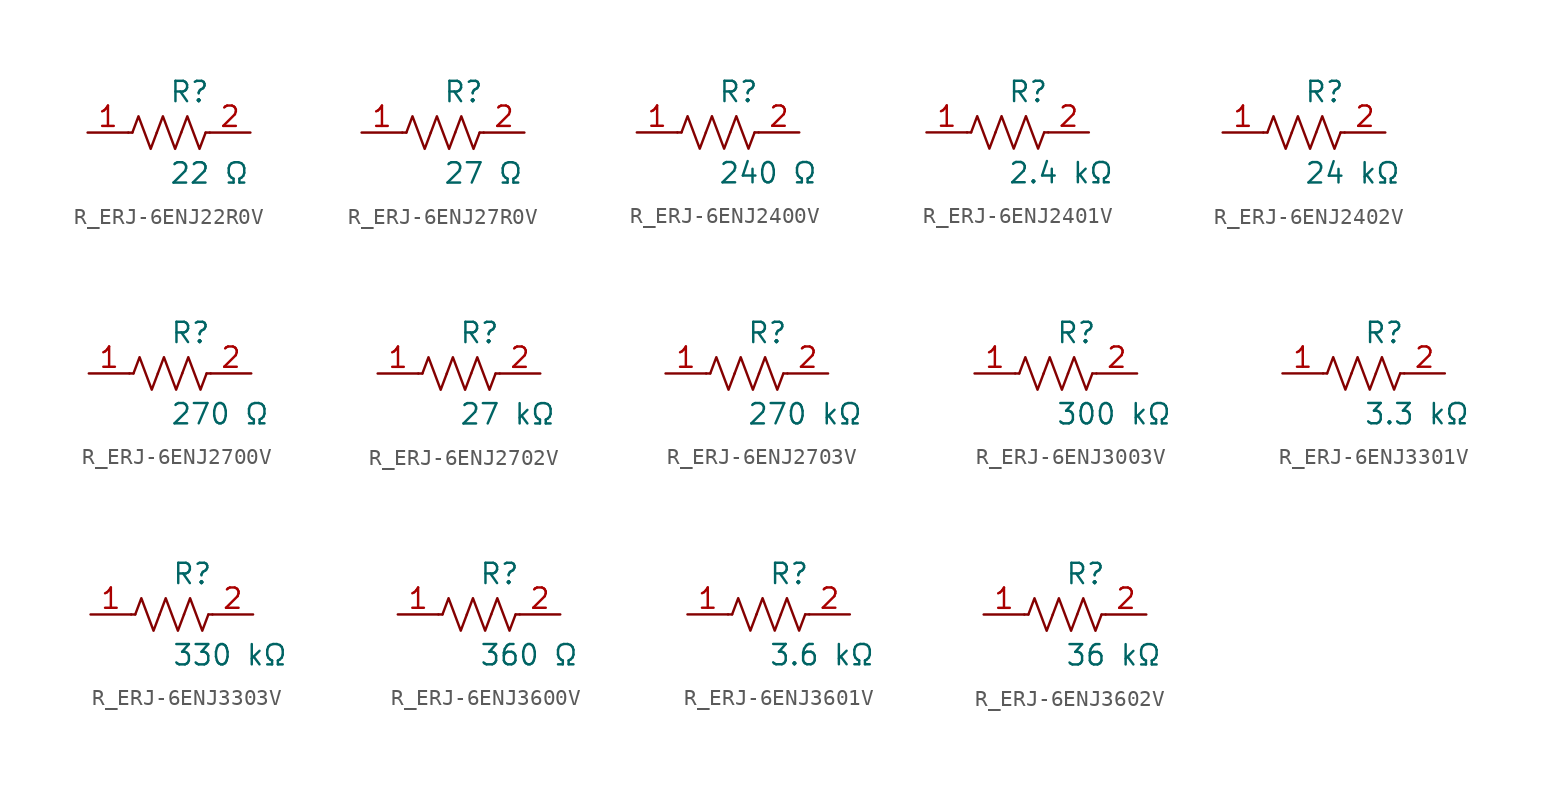
<source format=kicad_sym>
(kicad_symbol_lib
  (version 20231120)
  (generator kicad_symbol_editor)
  (generator_version 8.0)
  (symbol "R_ERJ-6ENJ22R0V"
    (pin_names
      (offset 0.254))
    (property "Reference" "R"
      (at 0.0 2.54 0)
      (effects (font (size 1.27 1.27)) (justify left)))
    (property "Value" "22 Ω"
      (at 0.0 -2.54 0)
      (effects (font (size 1.27 1.27)) (justify left)))
    (symbol "R_ERJ-6ENJ22R0V_0_1"
      (polyline (pts (xy 2.286 0) (xy 2.54 0)) (stroke (width 0) (type default)) (fill (type none)))
      (polyline (pts (xy -2.286 0) (xy -2.54 0)) (stroke (width 0) (type default)) (fill (type none)))
      (polyline (pts (xy 0.762 0) (xy 1.143 1.016) (xy 1.524 0) (xy 1.905 -1.016) (xy 2.286 0)) (stroke (width 0) (type default)) (fill (type none)))
      (polyline (pts (xy -0.762 0) (xy -0.381 1.016) (xy 0 0) (xy 0.381 -1.016) (xy 0.762 0)) (stroke (width 0) (type default)) (fill (type none)))
      (polyline (pts (xy -2.286 0) (xy -1.905 1.016) (xy -1.524 0) (xy -1.143 -1.016) (xy -0.762 0)) (stroke (width 0) (type default)) (fill (type none))))
    (pin unspecified line
      (at -5.08 0 0)
      (length 2.54)
      (name "" (effects (font (size 1.27 1.27))))
      (number "1" (effects (font (size 1.27 1.27)))))
    (pin unspecified line
      (at 5.08 0 180)
      (length 2.54)
      (name "" (effects (font (size 1.27 1.27))))
      (number "2" (effects (font (size 1.27 1.27))))))
  (symbol "R_ERJ-6ENJ27R0V"
    (pin_names
      (offset 0.254))
    (property "Reference" "R"
      (at 0.0 2.54 0)
      (effects (font (size 1.27 1.27)) (justify left)))
    (property "Value" "27 Ω"
      (at 0.0 -2.54 0)
      (effects (font (size 1.27 1.27)) (justify left)))
    (symbol "R_ERJ-6ENJ27R0V_0_1"
      (polyline (pts (xy 2.286 0) (xy 2.54 0)) (stroke (width 0) (type default)) (fill (type none)))
      (polyline (pts (xy -2.286 0) (xy -2.54 0)) (stroke (width 0) (type default)) (fill (type none)))
      (polyline (pts (xy 0.762 0) (xy 1.143 1.016) (xy 1.524 0) (xy 1.905 -1.016) (xy 2.286 0)) (stroke (width 0) (type default)) (fill (type none)))
      (polyline (pts (xy -0.762 0) (xy -0.381 1.016) (xy 0 0) (xy 0.381 -1.016) (xy 0.762 0)) (stroke (width 0) (type default)) (fill (type none)))
      (polyline (pts (xy -2.286 0) (xy -1.905 1.016) (xy -1.524 0) (xy -1.143 -1.016) (xy -0.762 0)) (stroke (width 0) (type default)) (fill (type none))))
    (pin unspecified line
      (at -5.08 0 0)
      (length 2.54)
      (name "" (effects (font (size 1.27 1.27))))
      (number "1" (effects (font (size 1.27 1.27)))))
    (pin unspecified line
      (at 5.08 0 180)
      (length 2.54)
      (name "" (effects (font (size 1.27 1.27))))
      (number "2" (effects (font (size 1.27 1.27))))))
  (symbol "R_ERJ-6ENJ2400V"
    (pin_names
      (offset 0.254))
    (property "Reference" "R"
      (at 0.0 2.54 0)
      (effects (font (size 1.27 1.27)) (justify left)))
    (property "Value" "240 Ω"
      (at 0.0 -2.54 0)
      (effects (font (size 1.27 1.27)) (justify left)))
    (symbol "R_ERJ-6ENJ2400V_0_1"
      (polyline (pts (xy 2.286 0) (xy 2.54 0)) (stroke (width 0) (type default)) (fill (type none)))
      (polyline (pts (xy -2.286 0) (xy -2.54 0)) (stroke (width 0) (type default)) (fill (type none)))
      (polyline (pts (xy 0.762 0) (xy 1.143 1.016) (xy 1.524 0) (xy 1.905 -1.016) (xy 2.286 0)) (stroke (width 0) (type default)) (fill (type none)))
      (polyline (pts (xy -0.762 0) (xy -0.381 1.016) (xy 0 0) (xy 0.381 -1.016) (xy 0.762 0)) (stroke (width 0) (type default)) (fill (type none)))
      (polyline (pts (xy -2.286 0) (xy -1.905 1.016) (xy -1.524 0) (xy -1.143 -1.016) (xy -0.762 0)) (stroke (width 0) (type default)) (fill (type none))))
    (pin unspecified line
      (at -5.08 0 0)
      (length 2.54)
      (name "" (effects (font (size 1.27 1.27))))
      (number "1" (effects (font (size 1.27 1.27)))))
    (pin unspecified line
      (at 5.08 0 180)
      (length 2.54)
      (name "" (effects (font (size 1.27 1.27))))
      (number "2" (effects (font (size 1.27 1.27))))))
  (symbol "R_ERJ-6ENJ2401V"
    (pin_names
      (offset 0.254))
    (property "Reference" "R"
      (at 0.0 2.54 0)
      (effects (font (size 1.27 1.27)) (justify left)))
    (property "Value" "2.4 kΩ"
      (at 0.0 -2.54 0)
      (effects (font (size 1.27 1.27)) (justify left)))
    (symbol "R_ERJ-6ENJ2401V_0_1"
      (polyline (pts (xy 2.286 0) (xy 2.54 0)) (stroke (width 0) (type default)) (fill (type none)))
      (polyline (pts (xy -2.286 0) (xy -2.54 0)) (stroke (width 0) (type default)) (fill (type none)))
      (polyline (pts (xy 0.762 0) (xy 1.143 1.016) (xy 1.524 0) (xy 1.905 -1.016) (xy 2.286 0)) (stroke (width 0) (type default)) (fill (type none)))
      (polyline (pts (xy -0.762 0) (xy -0.381 1.016) (xy 0 0) (xy 0.381 -1.016) (xy 0.762 0)) (stroke (width 0) (type default)) (fill (type none)))
      (polyline (pts (xy -2.286 0) (xy -1.905 1.016) (xy -1.524 0) (xy -1.143 -1.016) (xy -0.762 0)) (stroke (width 0) (type default)) (fill (type none))))
    (pin unspecified line
      (at -5.08 0 0)
      (length 2.54)
      (name "" (effects (font (size 1.27 1.27))))
      (number "1" (effects (font (size 1.27 1.27)))))
    (pin unspecified line
      (at 5.08 0 180)
      (length 2.54)
      (name "" (effects (font (size 1.27 1.27))))
      (number "2" (effects (font (size 1.27 1.27))))))
  (symbol "R_ERJ-6ENJ2402V"
    (pin_names
      (offset 0.254))
    (property "Reference" "R"
      (at 0.0 2.54 0)
      (effects (font (size 1.27 1.27)) (justify left)))
    (property "Value" "24 kΩ"
      (at 0.0 -2.54 0)
      (effects (font (size 1.27 1.27)) (justify left)))
    (symbol "R_ERJ-6ENJ2402V_0_1"
      (polyline (pts (xy 2.286 0) (xy 2.54 0)) (stroke (width 0) (type default)) (fill (type none)))
      (polyline (pts (xy -2.286 0) (xy -2.54 0)) (stroke (width 0) (type default)) (fill (type none)))
      (polyline (pts (xy 0.762 0) (xy 1.143 1.016) (xy 1.524 0) (xy 1.905 -1.016) (xy 2.286 0)) (stroke (width 0) (type default)) (fill (type none)))
      (polyline (pts (xy -0.762 0) (xy -0.381 1.016) (xy 0 0) (xy 0.381 -1.016) (xy 0.762 0)) (stroke (width 0) (type default)) (fill (type none)))
      (polyline (pts (xy -2.286 0) (xy -1.905 1.016) (xy -1.524 0) (xy -1.143 -1.016) (xy -0.762 0)) (stroke (width 0) (type default)) (fill (type none))))
    (pin unspecified line
      (at -5.08 0 0)
      (length 2.54)
      (name "" (effects (font (size 1.27 1.27))))
      (number "1" (effects (font (size 1.27 1.27)))))
    (pin unspecified line
      (at 5.08 0 180)
      (length 2.54)
      (name "" (effects (font (size 1.27 1.27))))
      (number "2" (effects (font (size 1.27 1.27))))))
  (symbol "R_ERJ-6ENJ2700V"
    (pin_names
      (offset 0.254))
    (property "Reference" "R"
      (at 0.0 2.54 0)
      (effects (font (size 1.27 1.27)) (justify left)))
    (property "Value" "270 Ω"
      (at 0.0 -2.54 0)
      (effects (font (size 1.27 1.27)) (justify left)))
    (symbol "R_ERJ-6ENJ2700V_0_1"
      (polyline (pts (xy 2.286 0) (xy 2.54 0)) (stroke (width 0) (type default)) (fill (type none)))
      (polyline (pts (xy -2.286 0) (xy -2.54 0)) (stroke (width 0) (type default)) (fill (type none)))
      (polyline (pts (xy 0.762 0) (xy 1.143 1.016) (xy 1.524 0) (xy 1.905 -1.016) (xy 2.286 0)) (stroke (width 0) (type default)) (fill (type none)))
      (polyline (pts (xy -0.762 0) (xy -0.381 1.016) (xy 0 0) (xy 0.381 -1.016) (xy 0.762 0)) (stroke (width 0) (type default)) (fill (type none)))
      (polyline (pts (xy -2.286 0) (xy -1.905 1.016) (xy -1.524 0) (xy -1.143 -1.016) (xy -0.762 0)) (stroke (width 0) (type default)) (fill (type none))))
    (pin unspecified line
      (at -5.08 0 0)
      (length 2.54)
      (name "" (effects (font (size 1.27 1.27))))
      (number "1" (effects (font (size 1.27 1.27)))))
    (pin unspecified line
      (at 5.08 0 180)
      (length 2.54)
      (name "" (effects (font (size 1.27 1.27))))
      (number "2" (effects (font (size 1.27 1.27))))))
  (symbol "R_ERJ-6ENJ2702V"
    (pin_names
      (offset 0.254))
    (property "Reference" "R"
      (at 0.0 2.54 0)
      (effects (font (size 1.27 1.27)) (justify left)))
    (property "Value" "27 kΩ"
      (at 0.0 -2.54 0)
      (effects (font (size 1.27 1.27)) (justify left)))
    (symbol "R_ERJ-6ENJ2702V_0_1"
      (polyline (pts (xy 2.286 0) (xy 2.54 0)) (stroke (width 0) (type default)) (fill (type none)))
      (polyline (pts (xy -2.286 0) (xy -2.54 0)) (stroke (width 0) (type default)) (fill (type none)))
      (polyline (pts (xy 0.762 0) (xy 1.143 1.016) (xy 1.524 0) (xy 1.905 -1.016) (xy 2.286 0)) (stroke (width 0) (type default)) (fill (type none)))
      (polyline (pts (xy -0.762 0) (xy -0.381 1.016) (xy 0 0) (xy 0.381 -1.016) (xy 0.762 0)) (stroke (width 0) (type default)) (fill (type none)))
      (polyline (pts (xy -2.286 0) (xy -1.905 1.016) (xy -1.524 0) (xy -1.143 -1.016) (xy -0.762 0)) (stroke (width 0) (type default)) (fill (type none))))
    (pin unspecified line
      (at -5.08 0 0)
      (length 2.54)
      (name "" (effects (font (size 1.27 1.27))))
      (number "1" (effects (font (size 1.27 1.27)))))
    (pin unspecified line
      (at 5.08 0 180)
      (length 2.54)
      (name "" (effects (font (size 1.27 1.27))))
      (number "2" (effects (font (size 1.27 1.27))))))
  (symbol "R_ERJ-6ENJ2703V"
    (pin_names
      (offset 0.254))
    (property "Reference" "R"
      (at 0.0 2.54 0)
      (effects (font (size 1.27 1.27)) (justify left)))
    (property "Value" "270 kΩ"
      (at 0.0 -2.54 0)
      (effects (font (size 1.27 1.27)) (justify left)))
    (symbol "R_ERJ-6ENJ2703V_0_1"
      (polyline (pts (xy 2.286 0) (xy 2.54 0)) (stroke (width 0) (type default)) (fill (type none)))
      (polyline (pts (xy -2.286 0) (xy -2.54 0)) (stroke (width 0) (type default)) (fill (type none)))
      (polyline (pts (xy 0.762 0) (xy 1.143 1.016) (xy 1.524 0) (xy 1.905 -1.016) (xy 2.286 0)) (stroke (width 0) (type default)) (fill (type none)))
      (polyline (pts (xy -0.762 0) (xy -0.381 1.016) (xy 0 0) (xy 0.381 -1.016) (xy 0.762 0)) (stroke (width 0) (type default)) (fill (type none)))
      (polyline (pts (xy -2.286 0) (xy -1.905 1.016) (xy -1.524 0) (xy -1.143 -1.016) (xy -0.762 0)) (stroke (width 0) (type default)) (fill (type none))))
    (pin unspecified line
      (at -5.08 0 0)
      (length 2.54)
      (name "" (effects (font (size 1.27 1.27))))
      (number "1" (effects (font (size 1.27 1.27)))))
    (pin unspecified line
      (at 5.08 0 180)
      (length 2.54)
      (name "" (effects (font (size 1.27 1.27))))
      (number "2" (effects (font (size 1.27 1.27))))))
  (symbol "R_ERJ-6ENJ3003V"
    (pin_names
      (offset 0.254))
    (property "Reference" "R"
      (at 0.0 2.54 0)
      (effects (font (size 1.27 1.27)) (justify left)))
    (property "Value" "300 kΩ"
      (at 0.0 -2.54 0)
      (effects (font (size 1.27 1.27)) (justify left)))
    (symbol "R_ERJ-6ENJ3003V_0_1"
      (polyline (pts (xy 2.286 0) (xy 2.54 0)) (stroke (width 0) (type default)) (fill (type none)))
      (polyline (pts (xy -2.286 0) (xy -2.54 0)) (stroke (width 0) (type default)) (fill (type none)))
      (polyline (pts (xy 0.762 0) (xy 1.143 1.016) (xy 1.524 0) (xy 1.905 -1.016) (xy 2.286 0)) (stroke (width 0) (type default)) (fill (type none)))
      (polyline (pts (xy -0.762 0) (xy -0.381 1.016) (xy 0 0) (xy 0.381 -1.016) (xy 0.762 0)) (stroke (width 0) (type default)) (fill (type none)))
      (polyline (pts (xy -2.286 0) (xy -1.905 1.016) (xy -1.524 0) (xy -1.143 -1.016) (xy -0.762 0)) (stroke (width 0) (type default)) (fill (type none))))
    (pin unspecified line
      (at -5.08 0 0)
      (length 2.54)
      (name "" (effects (font (size 1.27 1.27))))
      (number "1" (effects (font (size 1.27 1.27)))))
    (pin unspecified line
      (at 5.08 0 180)
      (length 2.54)
      (name "" (effects (font (size 1.27 1.27))))
      (number "2" (effects (font (size 1.27 1.27))))))
  (symbol "R_ERJ-6ENJ3301V"
    (pin_names
      (offset 0.254))
    (property "Reference" "R"
      (at 0.0 2.54 0)
      (effects (font (size 1.27 1.27)) (justify left)))
    (property "Value" "3.3 kΩ"
      (at 0.0 -2.54 0)
      (effects (font (size 1.27 1.27)) (justify left)))
    (symbol "R_ERJ-6ENJ3301V_0_1"
      (polyline (pts (xy 2.286 0) (xy 2.54 0)) (stroke (width 0) (type default)) (fill (type none)))
      (polyline (pts (xy -2.286 0) (xy -2.54 0)) (stroke (width 0) (type default)) (fill (type none)))
      (polyline (pts (xy 0.762 0) (xy 1.143 1.016) (xy 1.524 0) (xy 1.905 -1.016) (xy 2.286 0)) (stroke (width 0) (type default)) (fill (type none)))
      (polyline (pts (xy -0.762 0) (xy -0.381 1.016) (xy 0 0) (xy 0.381 -1.016) (xy 0.762 0)) (stroke (width 0) (type default)) (fill (type none)))
      (polyline (pts (xy -2.286 0) (xy -1.905 1.016) (xy -1.524 0) (xy -1.143 -1.016) (xy -0.762 0)) (stroke (width 0) (type default)) (fill (type none))))
    (pin unspecified line
      (at -5.08 0 0)
      (length 2.54)
      (name "" (effects (font (size 1.27 1.27))))
      (number "1" (effects (font (size 1.27 1.27)))))
    (pin unspecified line
      (at 5.08 0 180)
      (length 2.54)
      (name "" (effects (font (size 1.27 1.27))))
      (number "2" (effects (font (size 1.27 1.27))))))
  (symbol "R_ERJ-6ENJ3303V"
    (pin_names
      (offset 0.254))
    (property "Reference" "R"
      (at 0.0 2.54 0)
      (effects (font (size 1.27 1.27)) (justify left)))
    (property "Value" "330 kΩ"
      (at 0.0 -2.54 0)
      (effects (font (size 1.27 1.27)) (justify left)))
    (symbol "R_ERJ-6ENJ3303V_0_1"
      (polyline (pts (xy 2.286 0) (xy 2.54 0)) (stroke (width 0) (type default)) (fill (type none)))
      (polyline (pts (xy -2.286 0) (xy -2.54 0)) (stroke (width 0) (type default)) (fill (type none)))
      (polyline (pts (xy 0.762 0) (xy 1.143 1.016) (xy 1.524 0) (xy 1.905 -1.016) (xy 2.286 0)) (stroke (width 0) (type default)) (fill (type none)))
      (polyline (pts (xy -0.762 0) (xy -0.381 1.016) (xy 0 0) (xy 0.381 -1.016) (xy 0.762 0)) (stroke (width 0) (type default)) (fill (type none)))
      (polyline (pts (xy -2.286 0) (xy -1.905 1.016) (xy -1.524 0) (xy -1.143 -1.016) (xy -0.762 0)) (stroke (width 0) (type default)) (fill (type none))))
    (pin unspecified line
      (at -5.08 0 0)
      (length 2.54)
      (name "" (effects (font (size 1.27 1.27))))
      (number "1" (effects (font (size 1.27 1.27)))))
    (pin unspecified line
      (at 5.08 0 180)
      (length 2.54)
      (name "" (effects (font (size 1.27 1.27))))
      (number "2" (effects (font (size 1.27 1.27))))))
  (symbol "R_ERJ-6ENJ3600V"
    (pin_names
      (offset 0.254))
    (property "Reference" "R"
      (at 0.0 2.54 0)
      (effects (font (size 1.27 1.27)) (justify left)))
    (property "Value" "360 Ω"
      (at 0.0 -2.54 0)
      (effects (font (size 1.27 1.27)) (justify left)))
    (symbol "R_ERJ-6ENJ3600V_0_1"
      (polyline (pts (xy 2.286 0) (xy 2.54 0)) (stroke (width 0) (type default)) (fill (type none)))
      (polyline (pts (xy -2.286 0) (xy -2.54 0)) (stroke (width 0) (type default)) (fill (type none)))
      (polyline (pts (xy 0.762 0) (xy 1.143 1.016) (xy 1.524 0) (xy 1.905 -1.016) (xy 2.286 0)) (stroke (width 0) (type default)) (fill (type none)))
      (polyline (pts (xy -0.762 0) (xy -0.381 1.016) (xy 0 0) (xy 0.381 -1.016) (xy 0.762 0)) (stroke (width 0) (type default)) (fill (type none)))
      (polyline (pts (xy -2.286 0) (xy -1.905 1.016) (xy -1.524 0) (xy -1.143 -1.016) (xy -0.762 0)) (stroke (width 0) (type default)) (fill (type none))))
    (pin unspecified line
      (at -5.08 0 0)
      (length 2.54)
      (name "" (effects (font (size 1.27 1.27))))
      (number "1" (effects (font (size 1.27 1.27)))))
    (pin unspecified line
      (at 5.08 0 180)
      (length 2.54)
      (name "" (effects (font (size 1.27 1.27))))
      (number "2" (effects (font (size 1.27 1.27))))))
  (symbol "R_ERJ-6ENJ3601V"
    (pin_names
      (offset 0.254))
    (property "Reference" "R"
      (at 0.0 2.54 0)
      (effects (font (size 1.27 1.27)) (justify left)))
    (property "Value" "3.6 kΩ"
      (at 0.0 -2.54 0)
      (effects (font (size 1.27 1.27)) (justify left)))
    (symbol "R_ERJ-6ENJ3601V_0_1"
      (polyline (pts (xy 2.286 0) (xy 2.54 0)) (stroke (width 0) (type default)) (fill (type none)))
      (polyline (pts (xy -2.286 0) (xy -2.54 0)) (stroke (width 0) (type default)) (fill (type none)))
      (polyline (pts (xy 0.762 0) (xy 1.143 1.016) (xy 1.524 0) (xy 1.905 -1.016) (xy 2.286 0)) (stroke (width 0) (type default)) (fill (type none)))
      (polyline (pts (xy -0.762 0) (xy -0.381 1.016) (xy 0 0) (xy 0.381 -1.016) (xy 0.762 0)) (stroke (width 0) (type default)) (fill (type none)))
      (polyline (pts (xy -2.286 0) (xy -1.905 1.016) (xy -1.524 0) (xy -1.143 -1.016) (xy -0.762 0)) (stroke (width 0) (type default)) (fill (type none))))
    (pin unspecified line
      (at -5.08 0 0)
      (length 2.54)
      (name "" (effects (font (size 1.27 1.27))))
      (number "1" (effects (font (size 1.27 1.27)))))
    (pin unspecified line
      (at 5.08 0 180)
      (length 2.54)
      (name "" (effects (font (size 1.27 1.27))))
      (number "2" (effects (font (size 1.27 1.27))))))
  (symbol "R_ERJ-6ENJ3602V"
    (pin_names
      (offset 0.254))
    (property "Reference" "R"
      (at 0.0 2.54 0)
      (effects (font (size 1.27 1.27)) (justify left)))
    (property "Value" "36 kΩ"
      (at 0.0 -2.54 0)
      (effects (font (size 1.27 1.27)) (justify left)))
    (symbol "R_ERJ-6ENJ3602V_0_1"
      (polyline (pts (xy 2.286 0) (xy 2.54 0)) (stroke (width 0) (type default)) (fill (type none)))
      (polyline (pts (xy -2.286 0) (xy -2.54 0)) (stroke (width 0) (type default)) (fill (type none)))
      (polyline (pts (xy 0.762 0) (xy 1.143 1.016) (xy 1.524 0) (xy 1.905 -1.016) (xy 2.286 0)) (stroke (width 0) (type default)) (fill (type none)))
      (polyline (pts (xy -0.762 0) (xy -0.381 1.016) (xy 0 0) (xy 0.381 -1.016) (xy 0.762 0)) (stroke (width 0) (type default)) (fill (type none)))
      (polyline (pts (xy -2.286 0) (xy -1.905 1.016) (xy -1.524 0) (xy -1.143 -1.016) (xy -0.762 0)) (stroke (width 0) (type default)) (fill (type none))))
    (pin unspecified line
      (at -5.08 0 0)
      (length 2.54)
      (name "" (effects (font (size 1.27 1.27))))
      (number "1" (effects (font (size 1.27 1.27)))))
    (pin unspecified line
      (at 5.08 0 180)
      (length 2.54)
      (name "" (effects (font (size 1.27 1.27))))
      (number "2" (effects (font (size 1.27 1.27)))))))
</source>
